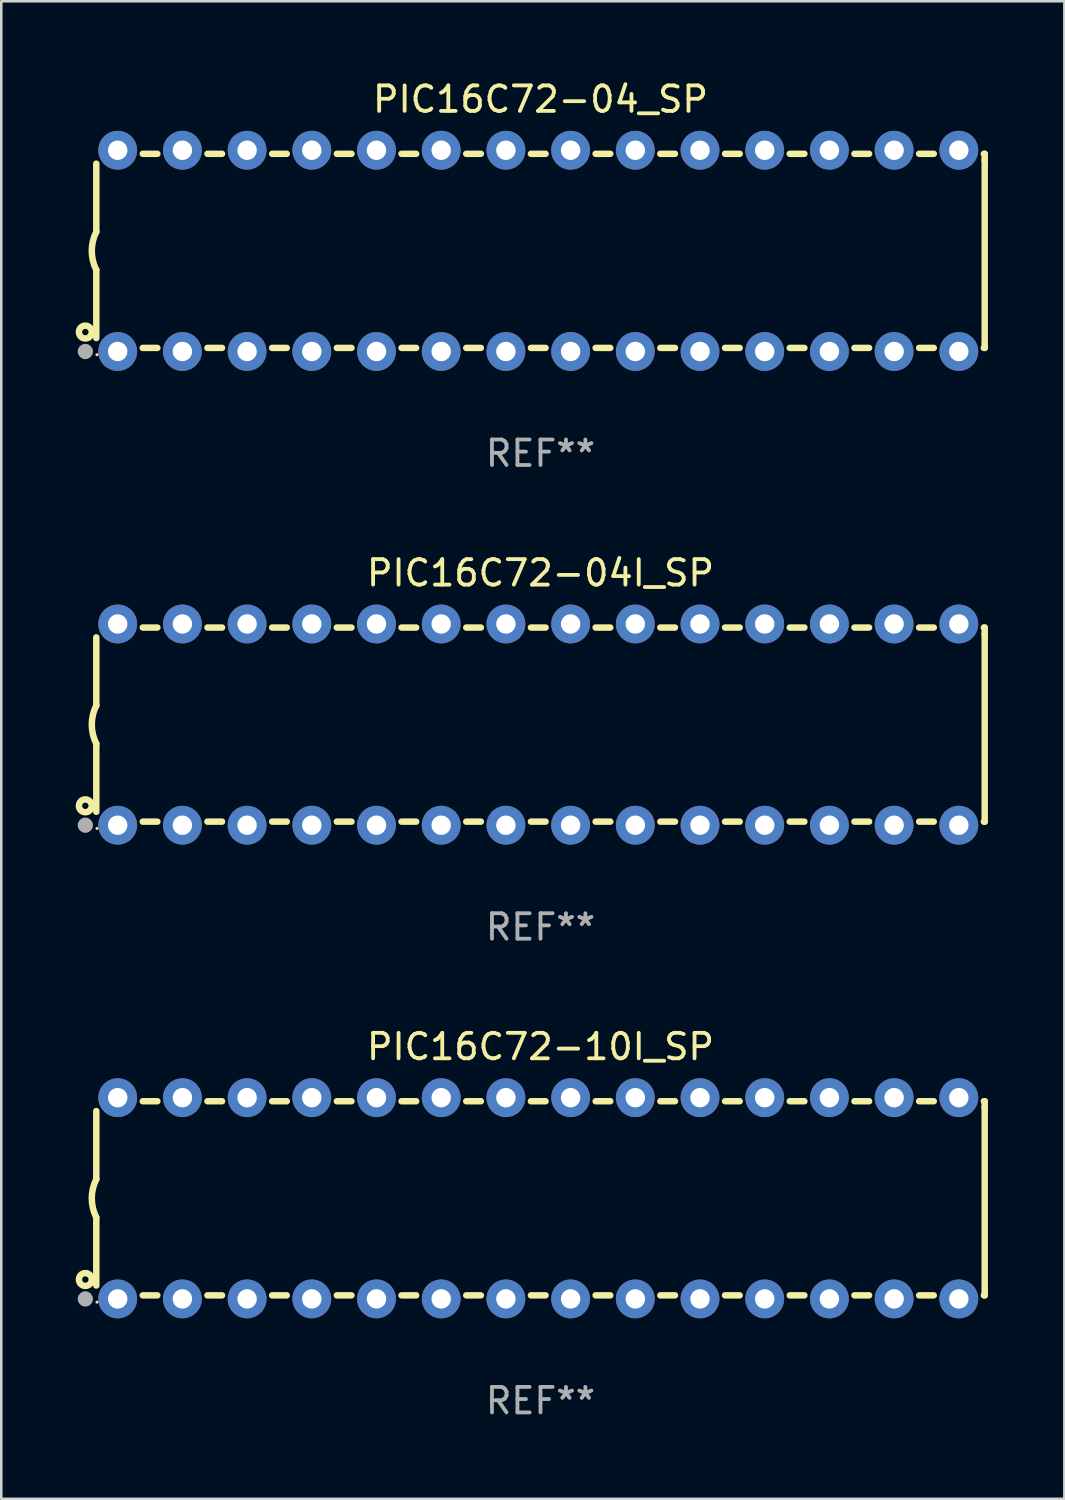
<source format=kicad_pcb>
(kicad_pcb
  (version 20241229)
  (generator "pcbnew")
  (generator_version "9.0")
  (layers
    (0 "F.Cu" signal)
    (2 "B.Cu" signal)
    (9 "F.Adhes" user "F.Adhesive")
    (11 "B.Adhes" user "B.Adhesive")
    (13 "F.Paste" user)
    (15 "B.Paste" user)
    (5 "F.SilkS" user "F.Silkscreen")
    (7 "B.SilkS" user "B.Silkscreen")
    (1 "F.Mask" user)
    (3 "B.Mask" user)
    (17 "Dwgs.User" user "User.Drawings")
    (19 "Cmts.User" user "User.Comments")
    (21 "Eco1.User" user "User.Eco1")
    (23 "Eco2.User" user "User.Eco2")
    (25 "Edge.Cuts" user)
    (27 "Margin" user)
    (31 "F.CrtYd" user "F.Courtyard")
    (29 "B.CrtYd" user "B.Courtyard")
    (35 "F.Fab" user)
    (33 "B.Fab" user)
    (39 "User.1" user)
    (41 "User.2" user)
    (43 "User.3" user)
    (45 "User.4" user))
  (footprint "PIC16C72-04I_SP"
    (layer "F.Cu")
    (at 18.168 25.395)
    (property "Reference" "PIC16C72-04I_SP" (at 0 -5.95 0) (layer "F.SilkS") (effects (font (size 1 1) (thickness 0.15))))
    (attr through_hole)
    (fp_line (start -17.438 0.75) (end -17.438 3.423) (stroke (width 0.254) (type solid)) (layer "F.SilkS"))
    (fp_line (start -17.438 -3.423) (end -17.438 -0.75) (stroke (width 0.254) (type solid)) (layer "F.SilkS"))
    (fp_line (start -15.615 3.81) (end -15.041 3.81) (stroke (width 0.254) (type solid)) (layer "F.SilkS"))
    (fp_line (start -15.041 -3.81) (end -15.614 -3.81) (stroke (width 0.254) (type solid)) (layer "F.SilkS"))
    (fp_line (start -13.075 3.81) (end -12.501 3.81) (stroke (width 0.254) (type solid)) (layer "F.SilkS"))
    (fp_line (start -12.501 -3.81) (end -13.074 -3.81) (stroke (width 0.254) (type solid)) (layer "F.SilkS"))
    (fp_line (start -10.535 3.81) (end -9.961 3.81) (stroke (width 0.254) (type solid)) (layer "F.SilkS"))
    (fp_line (start -9.961 -3.81) (end -10.534 -3.81) (stroke (width 0.254) (type solid)) (layer "F.SilkS"))
    (fp_line (start -7.995 3.81) (end -7.421 3.81) (stroke (width 0.254) (type solid)) (layer "F.SilkS"))
    (fp_line (start -7.421 -3.81) (end -7.995 -3.81) (stroke (width 0.254) (type solid)) (layer "F.SilkS"))
    (fp_line (start -5.455 3.81) (end -4.881 3.81) (stroke (width 0.254) (type solid)) (layer "F.SilkS"))
    (fp_line (start -4.881 -3.81) (end -5.455 -3.81) (stroke (width 0.254) (type solid)) (layer "F.SilkS"))
    (fp_line (start -2.915 3.81) (end -2.341 3.81) (stroke (width 0.254) (type solid)) (layer "F.SilkS"))
    (fp_line (start -2.341 -3.81) (end -2.915 -3.81) (stroke (width 0.254) (type solid)) (layer "F.SilkS"))
    (fp_line (start -0.375 3.81) (end 0.199 3.81) (stroke (width 0.254) (type solid)) (layer "F.SilkS"))
    (fp_line (start 0.199 -3.81) (end -0.375 -3.81) (stroke (width 0.254) (type solid)) (layer "F.SilkS"))
    (fp_line (start 2.165 3.81) (end 2.739 3.81) (stroke (width 0.254) (type solid)) (layer "F.SilkS"))
    (fp_line (start 2.739 -3.81) (end 2.165 -3.81) (stroke (width 0.254) (type solid)) (layer "F.SilkS"))
    (fp_line (start 4.705 3.81) (end 5.279 3.81) (stroke (width 0.254) (type solid)) (layer "F.SilkS"))
    (fp_line (start 5.279 -3.81) (end 4.705 -3.81) (stroke (width 0.254) (type solid)) (layer "F.SilkS"))
    (fp_line (start 7.245 3.81) (end 7.819 3.81) (stroke (width 0.254) (type solid)) (layer "F.SilkS"))
    (fp_line (start 7.819 -3.81) (end 7.245 -3.81) (stroke (width 0.254) (type solid)) (layer "F.SilkS"))
    (fp_line (start 9.785 3.81) (end 10.359 3.81) (stroke (width 0.254) (type solid)) (layer "F.SilkS"))
    (fp_line (start 10.359 -3.81) (end 9.785 -3.81) (stroke (width 0.254) (type solid)) (layer "F.SilkS"))
    (fp_line (start 12.325 3.81) (end 12.899 3.81) (stroke (width 0.254) (type solid)) (layer "F.SilkS"))
    (fp_line (start 12.899 -3.81) (end 12.325 -3.81) (stroke (width 0.254) (type solid)) (layer "F.SilkS"))
    (fp_line (start 14.865 3.81) (end 15.439 3.81) (stroke (width 0.254) (type solid)) (layer "F.SilkS"))
    (fp_line (start 15.439 -3.81) (end 14.865 -3.81) (stroke (width 0.254) (type solid)) (layer "F.SilkS"))
    (fp_line (start 17.405 3.81) (end 17.438 3.81) (stroke (width 0.254) (type solid)) (layer "F.SilkS"))
    (fp_line (start 17.438 -3.81) (end 17.405 -3.81) (stroke (width 0.254) (type solid)) (layer "F.SilkS"))
    (fp_line (start 17.438 -3.556) (end 17.438 -3.81) (stroke (width 0.254) (type solid)) (layer "F.SilkS"))
    (fp_line (start 17.438 3.81) (end 17.438 -3.556) (stroke (width 0.254) (type solid)) (layer "F.SilkS"))
    (fp_arc (start -17.437986 0.749657) (mid -17.614887 -0.000024) (end -17.437783 -0.749657) (stroke (width 0.254001) (type solid)) (layer "F.SilkS"))
    (fp_circle (center -17.868 3.188) (end -17.743 3.188) (stroke (width 0.254) (type solid)) (fill no) (layer "F.SilkS"))
    (fp_circle (center -17.411 4.077) (end -17.381 4.077) (stroke (width 0.06) (type solid)) (fill no) (layer "F.SilkS"))
    (fp_circle (center -17.868 3.95) (end -17.718 3.95) (stroke (width 0.3) (type solid)) (fill no) (layer "F.Fab"))
    (fp_text user "REF**" (at 0 7.95 0) (layer "F.Fab") (effects (font (size 1 1) (thickness 0.15))))
    (pad "1" thru_hole circle (at -16.598 3.95) (size 1.524 1.524) (drill 0.762) (layers "*.Cu" "*.Mask"))
    (pad "2" thru_hole circle (at -14.058 3.95) (size 1.524 1.524) (drill 0.762) (layers "*.Cu" "*.Mask"))
    (pad "3" thru_hole circle (at -11.518 3.95) (size 1.524 1.524) (drill 0.762) (layers "*.Cu" "*.Mask"))
    (pad "4" thru_hole circle (at -8.978 3.95) (size 1.524 1.524) (drill 0.762) (layers "*.Cu" "*.Mask"))
    (pad "5" thru_hole circle (at -6.438 3.95) (size 1.524 1.524) (drill 0.762) (layers "*.Cu" "*.Mask"))
    (pad "6" thru_hole circle (at -3.898 3.95) (size 1.524 1.524) (drill 0.762) (layers "*.Cu" "*.Mask"))
    (pad "7" thru_hole circle (at -1.358 3.95) (size 1.524 1.524) (drill 0.762) (layers "*.Cu" "*.Mask"))
    (pad "8" thru_hole circle (at 1.182 3.95) (size 1.524 1.524) (drill 0.762) (layers "*.Cu" "*.Mask"))
    (pad "9" thru_hole circle (at 3.722 3.95) (size 1.524 1.524) (drill 0.762) (layers "*.Cu" "*.Mask"))
    (pad "10" thru_hole circle (at 6.262 3.95) (size 1.524 1.524) (drill 0.762) (layers "*.Cu" "*.Mask"))
    (pad "11" thru_hole circle (at 8.802 3.95) (size 1.524 1.524) (drill 0.762) (layers "*.Cu" "*.Mask"))
    (pad "12" thru_hole circle (at 11.342 3.95) (size 1.524 1.524) (drill 0.762) (layers "*.Cu" "*.Mask"))
    (pad "13" thru_hole circle (at 13.882 3.95) (size 1.524 1.524) (drill 0.762) (layers "*.Cu" "*.Mask"))
    (pad "14" thru_hole circle (at 16.422 3.95) (size 1.524 1.524) (drill 0.762) (layers "*.Cu" "*.Mask"))
    (pad "15" thru_hole circle (at 16.422 -3.95) (size 1.524 1.524) (drill 0.762) (layers "*.Cu" "*.Mask"))
    (pad "16" thru_hole circle (at 13.882 -3.95) (size 1.524 1.524) (drill 0.762) (layers "*.Cu" "*.Mask"))
    (pad "17" thru_hole circle (at 11.342 -3.95) (size 1.524 1.524) (drill 0.762) (layers "*.Cu" "*.Mask"))
    (pad "18" thru_hole circle (at 8.802 -3.95) (size 1.524 1.524) (drill 0.762) (layers "*.Cu" "*.Mask"))
    (pad "19" thru_hole circle (at 6.262 -3.95) (size 1.524 1.524) (drill 0.762) (layers "*.Cu" "*.Mask"))
    (pad "20" thru_hole circle (at 3.722 -3.95) (size 1.524 1.524) (drill 0.762) (layers "*.Cu" "*.Mask"))
    (pad "21" thru_hole circle (at 1.182 -3.95) (size 1.524 1.524) (drill 0.762) (layers "*.Cu" "*.Mask"))
    (pad "22" thru_hole circle (at -1.358 -3.95) (size 1.524 1.524) (drill 0.762) (layers "*.Cu" "*.Mask"))
    (pad "23" thru_hole circle (at -3.898 -3.95) (size 1.524 1.524) (drill 0.762) (layers "*.Cu" "*.Mask"))
    (pad "24" thru_hole circle (at -6.438 -3.95) (size 1.524 1.524) (drill 0.762) (layers "*.Cu" "*.Mask"))
    (pad "25" thru_hole circle (at -8.978 -3.95) (size 1.524 1.524) (drill 0.762) (layers "*.Cu" "*.Mask"))
    (pad "26" thru_hole circle (at -11.517 -3.95) (size 1.524 1.524) (drill 0.762) (layers "*.Cu" "*.Mask"))
    (pad "27" thru_hole circle (at -14.057 -3.95) (size 1.524 1.524) (drill 0.762) (layers "*.Cu" "*.Mask"))
    (pad "28" thru_hole circle (at -16.597 -3.95) (size 1.524 1.524) (drill 0.762) (layers "*.Cu" "*.Mask")))
  (footprint "PIC16C72-04_SP"
    (layer "F.Cu")
    (at 18.168 6.798)
    (property "Reference" "PIC16C72-04_SP" (at 0 -5.95 0) (layer "F.SilkS") (effects (font (size 1 1) (thickness 0.15))))
    (attr through_hole)
    (fp_line (start -17.438 0.75) (end -17.438 3.423) (stroke (width 0.254) (type solid)) (layer "F.SilkS"))
    (fp_line (start -17.438 -3.423) (end -17.438 -0.75) (stroke (width 0.254) (type solid)) (layer "F.SilkS"))
    (fp_line (start -15.615 3.81) (end -15.041 3.81) (stroke (width 0.254) (type solid)) (layer "F.SilkS"))
    (fp_line (start -15.041 -3.81) (end -15.614 -3.81) (stroke (width 0.254) (type solid)) (layer "F.SilkS"))
    (fp_line (start -13.075 3.81) (end -12.501 3.81) (stroke (width 0.254) (type solid)) (layer "F.SilkS"))
    (fp_line (start -12.501 -3.81) (end -13.074 -3.81) (stroke (width 0.254) (type solid)) (layer "F.SilkS"))
    (fp_line (start -10.535 3.81) (end -9.961 3.81) (stroke (width 0.254) (type solid)) (layer "F.SilkS"))
    (fp_line (start -9.961 -3.81) (end -10.534 -3.81) (stroke (width 0.254) (type solid)) (layer "F.SilkS"))
    (fp_line (start -7.995 3.81) (end -7.421 3.81) (stroke (width 0.254) (type solid)) (layer "F.SilkS"))
    (fp_line (start -7.421 -3.81) (end -7.995 -3.81) (stroke (width 0.254) (type solid)) (layer "F.SilkS"))
    (fp_line (start -5.455 3.81) (end -4.881 3.81) (stroke (width 0.254) (type solid)) (layer "F.SilkS"))
    (fp_line (start -4.881 -3.81) (end -5.455 -3.81) (stroke (width 0.254) (type solid)) (layer "F.SilkS"))
    (fp_line (start -2.915 3.81) (end -2.341 3.81) (stroke (width 0.254) (type solid)) (layer "F.SilkS"))
    (fp_line (start -2.341 -3.81) (end -2.915 -3.81) (stroke (width 0.254) (type solid)) (layer "F.SilkS"))
    (fp_line (start -0.375 3.81) (end 0.199 3.81) (stroke (width 0.254) (type solid)) (layer "F.SilkS"))
    (fp_line (start 0.199 -3.81) (end -0.375 -3.81) (stroke (width 0.254) (type solid)) (layer "F.SilkS"))
    (fp_line (start 2.165 3.81) (end 2.739 3.81) (stroke (width 0.254) (type solid)) (layer "F.SilkS"))
    (fp_line (start 2.739 -3.81) (end 2.165 -3.81) (stroke (width 0.254) (type solid)) (layer "F.SilkS"))
    (fp_line (start 4.705 3.81) (end 5.279 3.81) (stroke (width 0.254) (type solid)) (layer "F.SilkS"))
    (fp_line (start 5.279 -3.81) (end 4.705 -3.81) (stroke (width 0.254) (type solid)) (layer "F.SilkS"))
    (fp_line (start 7.245 3.81) (end 7.819 3.81) (stroke (width 0.254) (type solid)) (layer "F.SilkS"))
    (fp_line (start 7.819 -3.81) (end 7.245 -3.81) (stroke (width 0.254) (type solid)) (layer "F.SilkS"))
    (fp_line (start 9.785 3.81) (end 10.359 3.81) (stroke (width 0.254) (type solid)) (layer "F.SilkS"))
    (fp_line (start 10.359 -3.81) (end 9.785 -3.81) (stroke (width 0.254) (type solid)) (layer "F.SilkS"))
    (fp_line (start 12.325 3.81) (end 12.899 3.81) (stroke (width 0.254) (type solid)) (layer "F.SilkS"))
    (fp_line (start 12.899 -3.81) (end 12.325 -3.81) (stroke (width 0.254) (type solid)) (layer "F.SilkS"))
    (fp_line (start 14.865 3.81) (end 15.439 3.81) (stroke (width 0.254) (type solid)) (layer "F.SilkS"))
    (fp_line (start 15.439 -3.81) (end 14.865 -3.81) (stroke (width 0.254) (type solid)) (layer "F.SilkS"))
    (fp_line (start 17.405 3.81) (end 17.438 3.81) (stroke (width 0.254) (type solid)) (layer "F.SilkS"))
    (fp_line (start 17.438 -3.81) (end 17.405 -3.81) (stroke (width 0.254) (type solid)) (layer "F.SilkS"))
    (fp_line (start 17.438 -3.556) (end 17.438 -3.81) (stroke (width 0.254) (type solid)) (layer "F.SilkS"))
    (fp_line (start 17.438 3.81) (end 17.438 -3.556) (stroke (width 0.254) (type solid)) (layer "F.SilkS"))
    (fp_arc (start -17.437986 0.749657) (mid -17.614887 -0.000024) (end -17.437783 -0.749657) (stroke (width 0.254001) (type solid)) (layer "F.SilkS"))
    (fp_circle (center -17.868 3.188) (end -17.743 3.188) (stroke (width 0.254) (type solid)) (fill no) (layer "F.SilkS"))
    (fp_circle (center -17.411 4.077) (end -17.381 4.077) (stroke (width 0.06) (type solid)) (fill no) (layer "F.SilkS"))
    (fp_circle (center -17.868 3.95) (end -17.718 3.95) (stroke (width 0.3) (type solid)) (fill no) (layer "F.Fab"))
    (fp_text user "REF**" (at 0 7.95 0) (layer "F.Fab") (effects (font (size 1 1) (thickness 0.15))))
    (pad "1" thru_hole circle (at -16.598 3.95) (size 1.524 1.524) (drill 0.762) (layers "*.Cu" "*.Mask"))
    (pad "2" thru_hole circle (at -14.058 3.95) (size 1.524 1.524) (drill 0.762) (layers "*.Cu" "*.Mask"))
    (pad "3" thru_hole circle (at -11.518 3.95) (size 1.524 1.524) (drill 0.762) (layers "*.Cu" "*.Mask"))
    (pad "4" thru_hole circle (at -8.978 3.95) (size 1.524 1.524) (drill 0.762) (layers "*.Cu" "*.Mask"))
    (pad "5" thru_hole circle (at -6.438 3.95) (size 1.524 1.524) (drill 0.762) (layers "*.Cu" "*.Mask"))
    (pad "6" thru_hole circle (at -3.898 3.95) (size 1.524 1.524) (drill 0.762) (layers "*.Cu" "*.Mask"))
    (pad "7" thru_hole circle (at -1.358 3.95) (size 1.524 1.524) (drill 0.762) (layers "*.Cu" "*.Mask"))
    (pad "8" thru_hole circle (at 1.182 3.95) (size 1.524 1.524) (drill 0.762) (layers "*.Cu" "*.Mask"))
    (pad "9" thru_hole circle (at 3.722 3.95) (size 1.524 1.524) (drill 0.762) (layers "*.Cu" "*.Mask"))
    (pad "10" thru_hole circle (at 6.262 3.95) (size 1.524 1.524) (drill 0.762) (layers "*.Cu" "*.Mask"))
    (pad "11" thru_hole circle (at 8.802 3.95) (size 1.524 1.524) (drill 0.762) (layers "*.Cu" "*.Mask"))
    (pad "12" thru_hole circle (at 11.342 3.95) (size 1.524 1.524) (drill 0.762) (layers "*.Cu" "*.Mask"))
    (pad "13" thru_hole circle (at 13.882 3.95) (size 1.524 1.524) (drill 0.762) (layers "*.Cu" "*.Mask"))
    (pad "14" thru_hole circle (at 16.422 3.95) (size 1.524 1.524) (drill 0.762) (layers "*.Cu" "*.Mask"))
    (pad "15" thru_hole circle (at 16.422 -3.95) (size 1.524 1.524) (drill 0.762) (layers "*.Cu" "*.Mask"))
    (pad "16" thru_hole circle (at 13.882 -3.95) (size 1.524 1.524) (drill 0.762) (layers "*.Cu" "*.Mask"))
    (pad "17" thru_hole circle (at 11.342 -3.95) (size 1.524 1.524) (drill 0.762) (layers "*.Cu" "*.Mask"))
    (pad "18" thru_hole circle (at 8.802 -3.95) (size 1.524 1.524) (drill 0.762) (layers "*.Cu" "*.Mask"))
    (pad "19" thru_hole circle (at 6.262 -3.95) (size 1.524 1.524) (drill 0.762) (layers "*.Cu" "*.Mask"))
    (pad "20" thru_hole circle (at 3.722 -3.95) (size 1.524 1.524) (drill 0.762) (layers "*.Cu" "*.Mask"))
    (pad "21" thru_hole circle (at 1.182 -3.95) (size 1.524 1.524) (drill 0.762) (layers "*.Cu" "*.Mask"))
    (pad "22" thru_hole circle (at -1.358 -3.95) (size 1.524 1.524) (drill 0.762) (layers "*.Cu" "*.Mask"))
    (pad "23" thru_hole circle (at -3.898 -3.95) (size 1.524 1.524) (drill 0.762) (layers "*.Cu" "*.Mask"))
    (pad "24" thru_hole circle (at -6.438 -3.95) (size 1.524 1.524) (drill 0.762) (layers "*.Cu" "*.Mask"))
    (pad "25" thru_hole circle (at -8.978 -3.95) (size 1.524 1.524) (drill 0.762) (layers "*.Cu" "*.Mask"))
    (pad "26" thru_hole circle (at -11.517 -3.95) (size 1.524 1.524) (drill 0.762) (layers "*.Cu" "*.Mask"))
    (pad "27" thru_hole circle (at -14.057 -3.95) (size 1.524 1.524) (drill 0.762) (layers "*.Cu" "*.Mask"))
    (pad "28" thru_hole circle (at -16.597 -3.95) (size 1.524 1.524) (drill 0.762) (layers "*.Cu" "*.Mask")))
  (footprint "PIC16C72-10I_SP"
    (layer "F.Cu")
    (at 18.168 43.991)
    (property "Reference" "PIC16C72-10I_SP" (at 0 -5.95 0) (layer "F.SilkS") (effects (font (size 1 1) (thickness 0.15))))
    (attr through_hole)
    (fp_line (start -17.438 0.75) (end -17.438 3.423) (stroke (width 0.254) (type solid)) (layer "F.SilkS"))
    (fp_line (start -17.438 -3.423) (end -17.438 -0.75) (stroke (width 0.254) (type solid)) (layer "F.SilkS"))
    (fp_line (start -15.615 3.81) (end -15.041 3.81) (stroke (width 0.254) (type solid)) (layer "F.SilkS"))
    (fp_line (start -15.041 -3.81) (end -15.614 -3.81) (stroke (width 0.254) (type solid)) (layer "F.SilkS"))
    (fp_line (start -13.075 3.81) (end -12.501 3.81) (stroke (width 0.254) (type solid)) (layer "F.SilkS"))
    (fp_line (start -12.501 -3.81) (end -13.074 -3.81) (stroke (width 0.254) (type solid)) (layer "F.SilkS"))
    (fp_line (start -10.535 3.81) (end -9.961 3.81) (stroke (width 0.254) (type solid)) (layer "F.SilkS"))
    (fp_line (start -9.961 -3.81) (end -10.534 -3.81) (stroke (width 0.254) (type solid)) (layer "F.SilkS"))
    (fp_line (start -7.995 3.81) (end -7.421 3.81) (stroke (width 0.254) (type solid)) (layer "F.SilkS"))
    (fp_line (start -7.421 -3.81) (end -7.995 -3.81) (stroke (width 0.254) (type solid)) (layer "F.SilkS"))
    (fp_line (start -5.455 3.81) (end -4.881 3.81) (stroke (width 0.254) (type solid)) (layer "F.SilkS"))
    (fp_line (start -4.881 -3.81) (end -5.455 -3.81) (stroke (width 0.254) (type solid)) (layer "F.SilkS"))
    (fp_line (start -2.915 3.81) (end -2.341 3.81) (stroke (width 0.254) (type solid)) (layer "F.SilkS"))
    (fp_line (start -2.341 -3.81) (end -2.915 -3.81) (stroke (width 0.254) (type solid)) (layer "F.SilkS"))
    (fp_line (start -0.375 3.81) (end 0.199 3.81) (stroke (width 0.254) (type solid)) (layer "F.SilkS"))
    (fp_line (start 0.199 -3.81) (end -0.375 -3.81) (stroke (width 0.254) (type solid)) (layer "F.SilkS"))
    (fp_line (start 2.165 3.81) (end 2.739 3.81) (stroke (width 0.254) (type solid)) (layer "F.SilkS"))
    (fp_line (start 2.739 -3.81) (end 2.165 -3.81) (stroke (width 0.254) (type solid)) (layer "F.SilkS"))
    (fp_line (start 4.705 3.81) (end 5.279 3.81) (stroke (width 0.254) (type solid)) (layer "F.SilkS"))
    (fp_line (start 5.279 -3.81) (end 4.705 -3.81) (stroke (width 0.254) (type solid)) (layer "F.SilkS"))
    (fp_line (start 7.245 3.81) (end 7.819 3.81) (stroke (width 0.254) (type solid)) (layer "F.SilkS"))
    (fp_line (start 7.819 -3.81) (end 7.245 -3.81) (stroke (width 0.254) (type solid)) (layer "F.SilkS"))
    (fp_line (start 9.785 3.81) (end 10.359 3.81) (stroke (width 0.254) (type solid)) (layer "F.SilkS"))
    (fp_line (start 10.359 -3.81) (end 9.785 -3.81) (stroke (width 0.254) (type solid)) (layer "F.SilkS"))
    (fp_line (start 12.325 3.81) (end 12.899 3.81) (stroke (width 0.254) (type solid)) (layer "F.SilkS"))
    (fp_line (start 12.899 -3.81) (end 12.325 -3.81) (stroke (width 0.254) (type solid)) (layer "F.SilkS"))
    (fp_line (start 14.865 3.81) (end 15.439 3.81) (stroke (width 0.254) (type solid)) (layer "F.SilkS"))
    (fp_line (start 15.439 -3.81) (end 14.865 -3.81) (stroke (width 0.254) (type solid)) (layer "F.SilkS"))
    (fp_line (start 17.405 3.81) (end 17.438 3.81) (stroke (width 0.254) (type solid)) (layer "F.SilkS"))
    (fp_line (start 17.438 -3.81) (end 17.405 -3.81) (stroke (width 0.254) (type solid)) (layer "F.SilkS"))
    (fp_line (start 17.438 -3.556) (end 17.438 -3.81) (stroke (width 0.254) (type solid)) (layer "F.SilkS"))
    (fp_line (start 17.438 3.81) (end 17.438 -3.556) (stroke (width 0.254) (type solid)) (layer "F.SilkS"))
    (fp_arc (start -17.437986 0.749657) (mid -17.614887 -0.000024) (end -17.437783 -0.749657) (stroke (width 0.254001) (type solid)) (layer "F.SilkS"))
    (fp_circle (center -17.868 3.188) (end -17.743 3.188) (stroke (width 0.254) (type solid)) (fill no) (layer "F.SilkS"))
    (fp_circle (center -17.411 4.077) (end -17.381 4.077) (stroke (width 0.06) (type solid)) (fill no) (layer "F.SilkS"))
    (fp_circle (center -17.868 3.95) (end -17.718 3.95) (stroke (width 0.3) (type solid)) (fill no) (layer "F.Fab"))
    (fp_text user "REF**" (at 0 7.95 0) (layer "F.Fab") (effects (font (size 1 1) (thickness 0.15))))
    (pad "1" thru_hole circle (at -16.598 3.95) (size 1.524 1.524) (drill 0.762) (layers "*.Cu" "*.Mask"))
    (pad "2" thru_hole circle (at -14.058 3.95) (size 1.524 1.524) (drill 0.762) (layers "*.Cu" "*.Mask"))
    (pad "3" thru_hole circle (at -11.518 3.95) (size 1.524 1.524) (drill 0.762) (layers "*.Cu" "*.Mask"))
    (pad "4" thru_hole circle (at -8.978 3.95) (size 1.524 1.524) (drill 0.762) (layers "*.Cu" "*.Mask"))
    (pad "5" thru_hole circle (at -6.438 3.95) (size 1.524 1.524) (drill 0.762) (layers "*.Cu" "*.Mask"))
    (pad "6" thru_hole circle (at -3.898 3.95) (size 1.524 1.524) (drill 0.762) (layers "*.Cu" "*.Mask"))
    (pad "7" thru_hole circle (at -1.358 3.95) (size 1.524 1.524) (drill 0.762) (layers "*.Cu" "*.Mask"))
    (pad "8" thru_hole circle (at 1.182 3.95) (size 1.524 1.524) (drill 0.762) (layers "*.Cu" "*.Mask"))
    (pad "9" thru_hole circle (at 3.722 3.95) (size 1.524 1.524) (drill 0.762) (layers "*.Cu" "*.Mask"))
    (pad "10" thru_hole circle (at 6.262 3.95) (size 1.524 1.524) (drill 0.762) (layers "*.Cu" "*.Mask"))
    (pad "11" thru_hole circle (at 8.802 3.95) (size 1.524 1.524) (drill 0.762) (layers "*.Cu" "*.Mask"))
    (pad "12" thru_hole circle (at 11.342 3.95) (size 1.524 1.524) (drill 0.762) (layers "*.Cu" "*.Mask"))
    (pad "13" thru_hole circle (at 13.882 3.95) (size 1.524 1.524) (drill 0.762) (layers "*.Cu" "*.Mask"))
    (pad "14" thru_hole circle (at 16.422 3.95) (size 1.524 1.524) (drill 0.762) (layers "*.Cu" "*.Mask"))
    (pad "15" thru_hole circle (at 16.422 -3.95) (size 1.524 1.524) (drill 0.762) (layers "*.Cu" "*.Mask"))
    (pad "16" thru_hole circle (at 13.882 -3.95) (size 1.524 1.524) (drill 0.762) (layers "*.Cu" "*.Mask"))
    (pad "17" thru_hole circle (at 11.342 -3.95) (size 1.524 1.524) (drill 0.762) (layers "*.Cu" "*.Mask"))
    (pad "18" thru_hole circle (at 8.802 -3.95) (size 1.524 1.524) (drill 0.762) (layers "*.Cu" "*.Mask"))
    (pad "19" thru_hole circle (at 6.262 -3.95) (size 1.524 1.524) (drill 0.762) (layers "*.Cu" "*.Mask"))
    (pad "20" thru_hole circle (at 3.722 -3.95) (size 1.524 1.524) (drill 0.762) (layers "*.Cu" "*.Mask"))
    (pad "21" thru_hole circle (at 1.182 -3.95) (size 1.524 1.524) (drill 0.762) (layers "*.Cu" "*.Mask"))
    (pad "22" thru_hole circle (at -1.358 -3.95) (size 1.524 1.524) (drill 0.762) (layers "*.Cu" "*.Mask"))
    (pad "23" thru_hole circle (at -3.898 -3.95) (size 1.524 1.524) (drill 0.762) (layers "*.Cu" "*.Mask"))
    (pad "24" thru_hole circle (at -6.438 -3.95) (size 1.524 1.524) (drill 0.762) (layers "*.Cu" "*.Mask"))
    (pad "25" thru_hole circle (at -8.978 -3.95) (size 1.524 1.524) (drill 0.762) (layers "*.Cu" "*.Mask"))
    (pad "26" thru_hole circle (at -11.517 -3.95) (size 1.524 1.524) (drill 0.762) (layers "*.Cu" "*.Mask"))
    (pad "27" thru_hole circle (at -14.057 -3.95) (size 1.524 1.524) (drill 0.762) (layers "*.Cu" "*.Mask"))
    (pad "28" thru_hole circle (at -16.597 -3.95) (size 1.524 1.524) (drill 0.762) (layers "*.Cu" "*.Mask")))
  (gr_rect
    (start -3 -3)
    (end 38.733 55.789)
    (stroke (width 0.1) (type default))
    (fill no)
    (layer "Edge.Cuts")))
</source>
